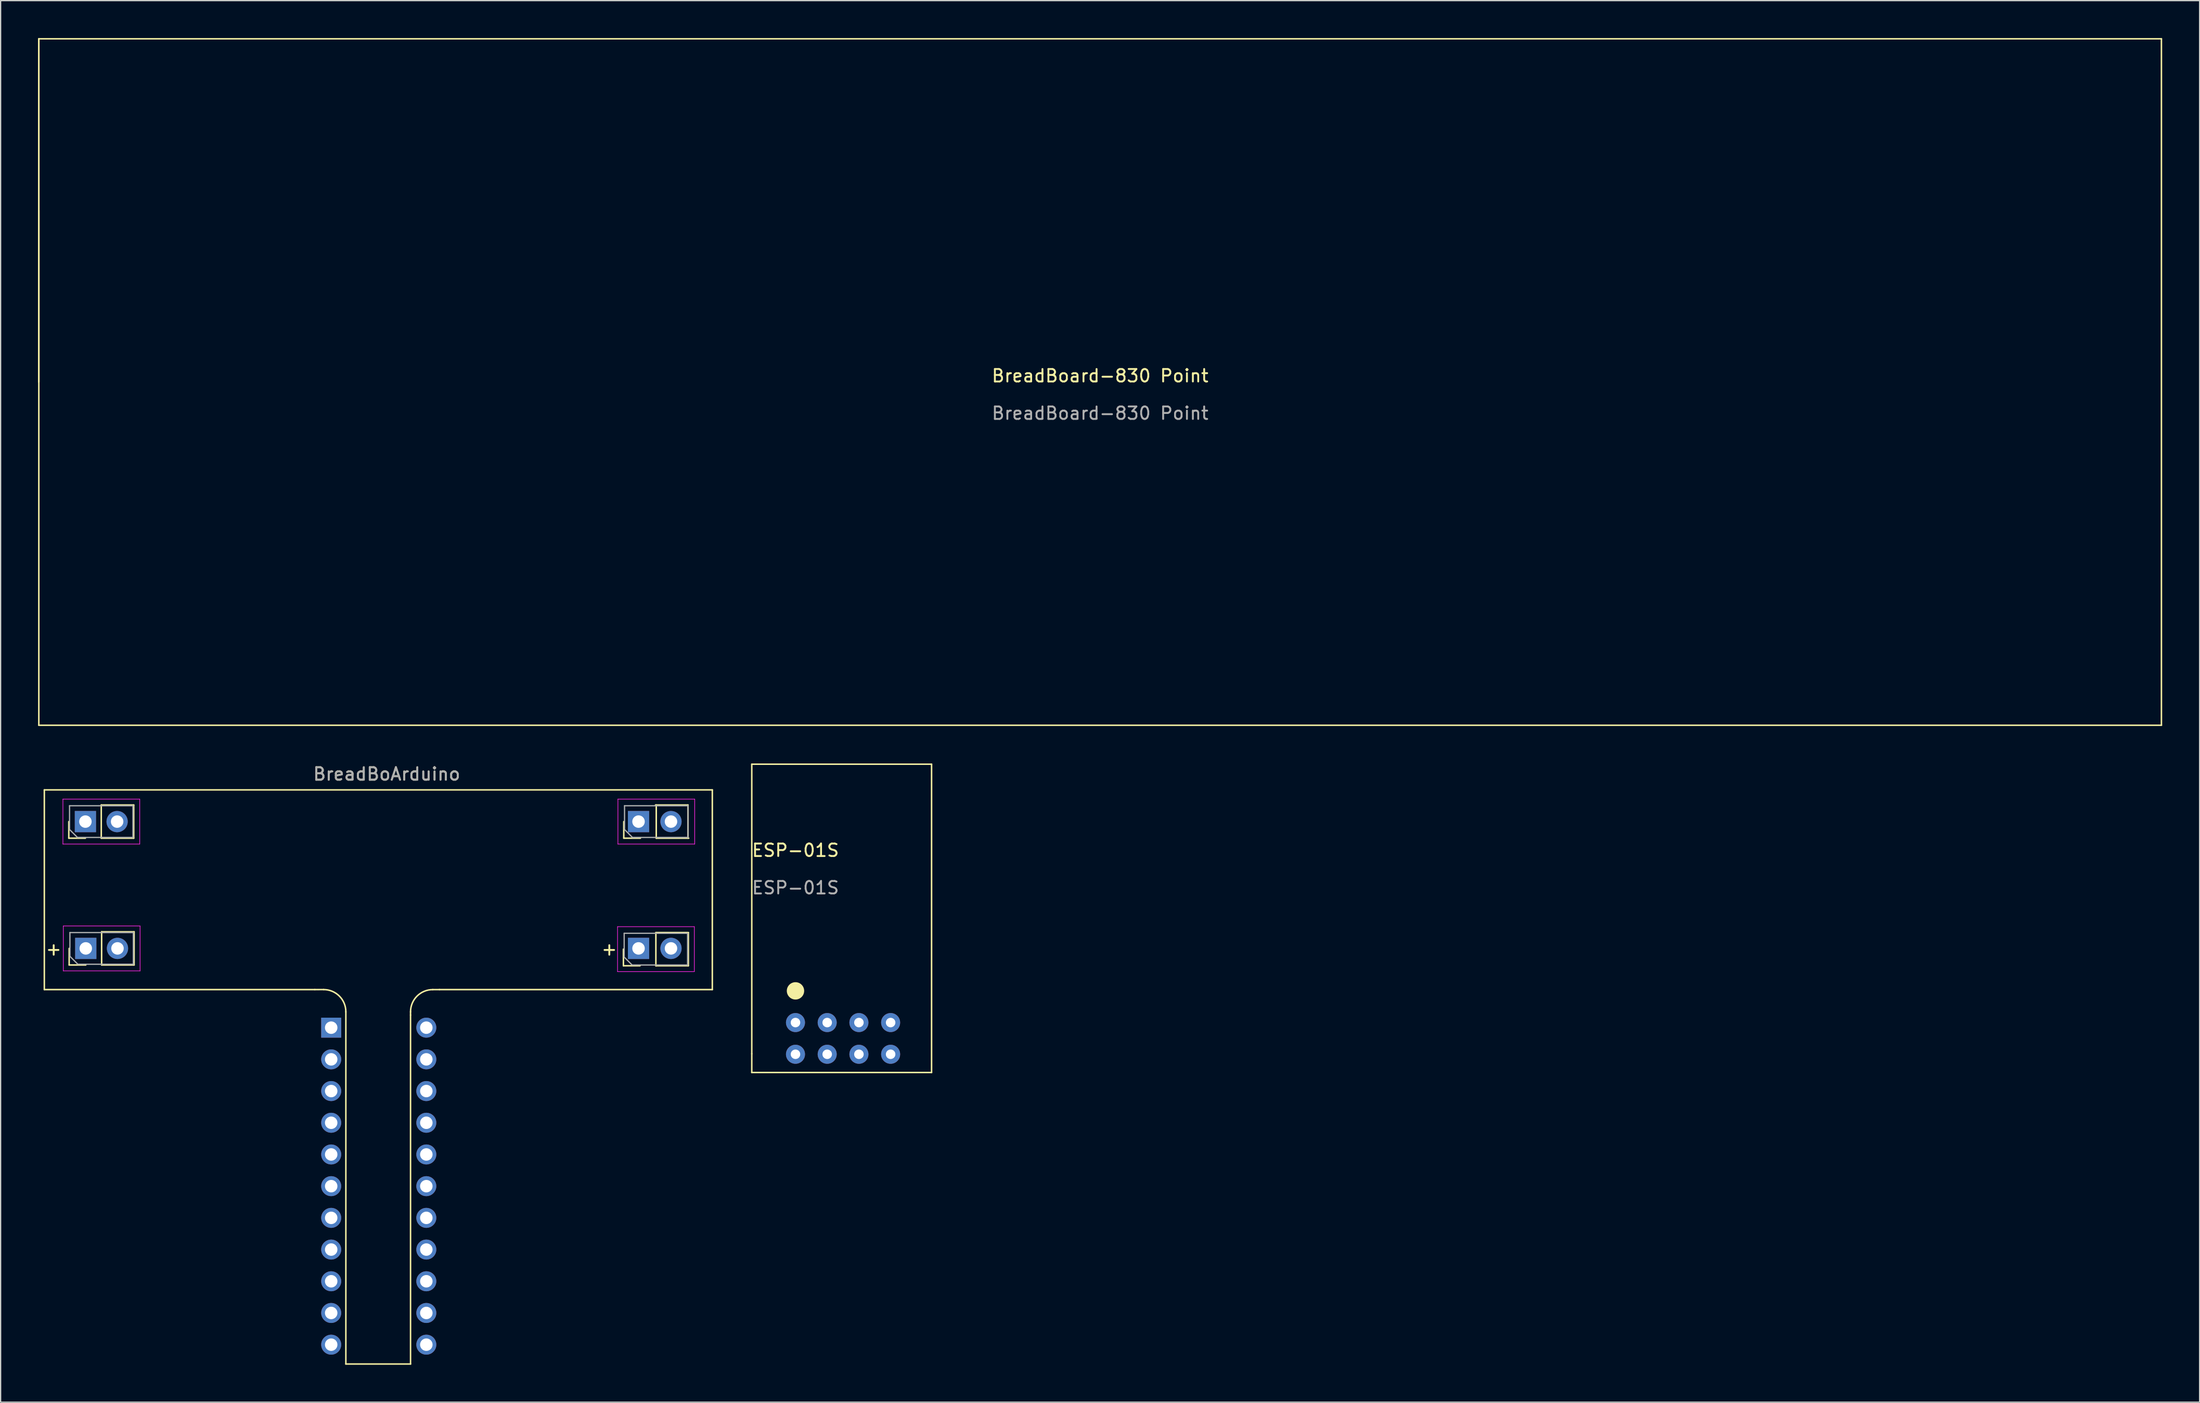
<source format=kicad_pcb>
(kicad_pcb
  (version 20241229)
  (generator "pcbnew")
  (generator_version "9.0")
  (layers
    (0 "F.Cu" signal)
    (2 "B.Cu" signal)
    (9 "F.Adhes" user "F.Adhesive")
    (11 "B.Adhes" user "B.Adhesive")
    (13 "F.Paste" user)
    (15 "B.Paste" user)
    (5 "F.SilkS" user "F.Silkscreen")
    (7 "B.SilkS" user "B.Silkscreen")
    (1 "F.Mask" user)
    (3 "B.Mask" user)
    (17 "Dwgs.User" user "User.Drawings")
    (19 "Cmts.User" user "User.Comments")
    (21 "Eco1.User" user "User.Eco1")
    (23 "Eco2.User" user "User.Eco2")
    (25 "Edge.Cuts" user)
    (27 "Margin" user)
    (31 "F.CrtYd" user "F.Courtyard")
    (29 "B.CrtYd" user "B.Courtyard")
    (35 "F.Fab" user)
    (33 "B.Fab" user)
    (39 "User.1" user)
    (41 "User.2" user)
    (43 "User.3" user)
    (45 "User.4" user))
  (footprint "BreadBoard-830 Point"
    (layer "F.Cu")
    (at 85.06 27.56)
    (property "Reference" "BreadBoard-830 Point" (at 0 -0.5 0) (unlocked yes) (layer "F.SilkS") (effects (font (size 1 1) (thickness 0.15))))
    (attr exclude_from_bom)
    (fp_line (start -85 -27.5) (end 85 -27.5) (stroke (width 0.12) (type solid)) (layer "F.SilkS"))
    (fp_line (start -85 0) (end -85 -27.5) (stroke (width 0.12) (type solid)) (layer "F.SilkS"))
    (fp_line (start -85 0) (end -85 -13.75) (stroke (width 0.12) (type solid)) (layer "F.SilkS"))
    (fp_line (start -85 27.5) (end -85 -27.5) (stroke (width 0.12) (type solid)) (layer "F.SilkS"))
    (fp_line (start 85 -27.5) (end 85 27.5) (stroke (width 0.12) (type solid)) (layer "F.SilkS"))
    (fp_line (start 85 27.5) (end -85 27.5) (stroke (width 0.12) (type solid)) (layer "F.SilkS"))
    (fp_text user "${REFERENCE}" (at 0 2.5 0) (unlocked yes) (layer "F.Fab") (effects (font (size 1 1) (thickness 0.15)))))
  (footprint "BreadBoArduino"
    (layer "F.Cu")
    (at 0.25 60.238)
    (property "Reference" "BreadBoArduino" (at 27.67 -1.27 0) (unlocked yes) (layer "F.SilkS") (effects (font (size 1 1) (thickness 0.15))))
    (attr through_hole)
    (fp_line (start 0.25 0) (end 0.25 16) (stroke (width 0.12) (type solid)) (layer "F.SilkS"))
    (fp_line (start 0.25 0) (end 53.75 0) (stroke (width 0.12) (type solid)) (layer "F.SilkS"))
    (fp_line (start 0.25 16) (end 21.915 16) (stroke (width 0.12) (type solid)) (layer "F.SilkS"))
    (fp_line (start 2.21 3.87) (end 2.21 2.54) (stroke (width 0.12) (type solid)) (layer "F.SilkS"))
    (fp_line (start 2.24 14.03) (end 2.24 12.7) (stroke (width 0.12) (type solid)) (layer "F.SilkS"))
    (fp_line (start 3.54 3.87) (end 2.21 3.87) (stroke (width 0.12) (type solid)) (layer "F.SilkS"))
    (fp_line (start 3.57 14.03) (end 2.24 14.03) (stroke (width 0.12) (type solid)) (layer "F.SilkS"))
    (fp_line (start 4.81 1.21) (end 7.41 1.21) (stroke (width 0.12) (type solid)) (layer "F.SilkS"))
    (fp_line (start 4.81 3.87) (end 4.81 1.21) (stroke (width 0.12) (type solid)) (layer "F.SilkS"))
    (fp_line (start 4.81 3.87) (end 7.41 3.87) (stroke (width 0.12) (type solid)) (layer "F.SilkS"))
    (fp_line (start 4.84 11.37) (end 7.44 11.37) (stroke (width 0.12) (type solid)) (layer "F.SilkS"))
    (fp_line (start 4.84 14.03) (end 4.84 11.37) (stroke (width 0.12) (type solid)) (layer "F.SilkS"))
    (fp_line (start 4.84 14.03) (end 7.44 14.03) (stroke (width 0.12) (type solid)) (layer "F.SilkS"))
    (fp_line (start 7.41 3.87) (end 7.41 1.21) (stroke (width 0.12) (type solid)) (layer "F.SilkS"))
    (fp_line (start 7.44 14.03) (end 7.44 11.37) (stroke (width 0.12) (type solid)) (layer "F.SilkS"))
    (fp_line (start 22.621 15.999) (end 21.915 16) (stroke (width 0.12) (type solid)) (layer "F.SilkS"))
    (fp_line (start 24.4 46) (end 24.4 17.78) (stroke (width 0.12) (type solid)) (layer "F.SilkS"))
    (fp_line (start 24.4 46) (end 29.58 46) (stroke (width 0.12) (type solid)) (layer "F.SilkS"))
    (fp_line (start 29.58 18.041) (end 29.58 17.78) (stroke (width 0.12) (type solid)) (layer "F.SilkS"))
    (fp_line (start 29.58 46) (end 29.58 18.041) (stroke (width 0.12) (type solid)) (layer "F.SilkS"))
    (fp_line (start 31.361 16.001) (end 31.9 16) (stroke (width 0.12) (type solid)) (layer "F.SilkS"))
    (fp_line (start 31.9 16) (end 53.75 16) (stroke (width 0.12) (type solid)) (layer "F.SilkS"))
    (fp_line (start 46.63 14.09) (end 46.63 12.76) (stroke (width 0.12) (type solid)) (layer "F.SilkS"))
    (fp_line (start 46.66 3.87) (end 46.66 2.54) (stroke (width 0.12) (type solid)) (layer "F.SilkS"))
    (fp_line (start 47.96 14.09) (end 46.63 14.09) (stroke (width 0.12) (type solid)) (layer "F.SilkS"))
    (fp_line (start 47.99 3.87) (end 46.66 3.87) (stroke (width 0.12) (type solid)) (layer "F.SilkS"))
    (fp_line (start 49.2 1.21) (end 51.8 1.21) (stroke (width 0.12) (type solid)) (layer "F.SilkS"))
    (fp_line (start 49.23 11.43) (end 51.83 11.43) (stroke (width 0.12) (type solid)) (layer "F.SilkS"))
    (fp_line (start 49.23 14.09) (end 49.23 11.43) (stroke (width 0.12) (type solid)) (layer "F.SilkS"))
    (fp_line (start 49.23 14.09) (end 51.83 14.09) (stroke (width 0.12) (type solid)) (layer "F.SilkS"))
    (fp_line (start 49.26 3.87) (end 49.26 1.21) (stroke (width 0.12) (type solid)) (layer "F.SilkS"))
    (fp_line (start 49.26 3.87) (end 51.86 3.87) (stroke (width 0.12) (type solid)) (layer "F.SilkS"))
    (fp_line (start 51.8 3.87) (end 51.8 1.21) (stroke (width 0.12) (type solid)) (layer "F.SilkS"))
    (fp_line (start 51.83 14.09) (end 51.83 11.43) (stroke (width 0.12) (type solid)) (layer "F.SilkS"))
    (fp_line (start 53.75 16) (end 53.75 0) (stroke (width 0.12) (type solid)) (layer "F.SilkS"))
    (fp_arc (start 22.621 15.998809) (mid 23.879425 16.520934) (end 24.4 17.78) (stroke (width 0.12) (type solid)) (layer "F.SilkS"))
    (fp_arc (start 29.58 17.78) (mid 30.102125 16.521575) (end 31.361191 16.001) (stroke (width 0.12) (type solid)) (layer "F.SilkS"))
    (fp_line (start 1.74 0.74) (end 1.74 4.34) (stroke (width 0.05) (type solid)) (layer "F.CrtYd"))
    (fp_line (start 1.74 4.34) (end 7.89 4.34) (stroke (width 0.05) (type solid)) (layer "F.CrtYd"))
    (fp_line (start 1.77 10.9) (end 1.77 14.5) (stroke (width 0.05) (type solid)) (layer "F.CrtYd"))
    (fp_line (start 1.77 14.5) (end 7.92 14.5) (stroke (width 0.05) (type solid)) (layer "F.CrtYd"))
    (fp_line (start 7.89 0.74) (end 1.74 0.74) (stroke (width 0.05) (type solid)) (layer "F.CrtYd"))
    (fp_line (start 7.89 4.34) (end 7.89 0.74) (stroke (width 0.05) (type solid)) (layer "F.CrtYd"))
    (fp_line (start 7.92 10.9) (end 1.77 10.9) (stroke (width 0.05) (type solid)) (layer "F.CrtYd"))
    (fp_line (start 7.92 14.5) (end 7.92 10.9) (stroke (width 0.05) (type solid)) (layer "F.CrtYd"))
    (fp_line (start 46.16 10.96) (end 46.16 14.56) (stroke (width 0.05) (type solid)) (layer "F.CrtYd"))
    (fp_line (start 46.16 14.56) (end 52.31 14.56) (stroke (width 0.05) (type solid)) (layer "F.CrtYd"))
    (fp_line (start 46.19 0.74) (end 46.19 4.34) (stroke (width 0.05) (type solid)) (layer "F.CrtYd"))
    (fp_line (start 46.19 4.34) (end 52.34 4.34) (stroke (width 0.05) (type solid)) (layer "F.CrtYd"))
    (fp_line (start 52.31 10.96) (end 46.16 10.96) (stroke (width 0.05) (type solid)) (layer "F.CrtYd"))
    (fp_line (start 52.31 14.56) (end 52.31 10.96) (stroke (width 0.05) (type solid)) (layer "F.CrtYd"))
    (fp_line (start 52.34 0.74) (end 46.19 0.74) (stroke (width 0.05) (type solid)) (layer "F.CrtYd"))
    (fp_line (start 52.34 4.34) (end 52.34 0.74) (stroke (width 0.05) (type solid)) (layer "F.CrtYd"))
    (fp_line (start 2.27 1.27) (end 7.35 1.27) (stroke (width 0.1) (type solid)) (layer "F.Fab"))
    (fp_line (start 2.27 3.175) (end 2.27 1.27) (stroke (width 0.1) (type solid)) (layer "F.Fab"))
    (fp_line (start 2.3 11.43) (end 7.38 11.43) (stroke (width 0.1) (type solid)) (layer "F.Fab"))
    (fp_line (start 2.3 13.335) (end 2.3 11.43) (stroke (width 0.1) (type solid)) (layer "F.Fab"))
    (fp_line (start 2.905 3.81) (end 2.27 3.175) (stroke (width 0.1) (type solid)) (layer "F.Fab"))
    (fp_line (start 2.935 13.97) (end 2.3 13.335) (stroke (width 0.1) (type solid)) (layer "F.Fab"))
    (fp_line (start 7.35 1.27) (end 7.35 3.81) (stroke (width 0.1) (type solid)) (layer "F.Fab"))
    (fp_line (start 7.35 3.81) (end 2.905 3.81) (stroke (width 0.1) (type solid)) (layer "F.Fab"))
    (fp_line (start 7.38 11.43) (end 7.38 13.97) (stroke (width 0.1) (type solid)) (layer "F.Fab"))
    (fp_line (start 7.38 13.97) (end 2.935 13.97) (stroke (width 0.1) (type solid)) (layer "F.Fab"))
    (fp_line (start 46.69 11.49) (end 51.77 11.49) (stroke (width 0.1) (type solid)) (layer "F.Fab"))
    (fp_line (start 46.69 13.395) (end 46.69 11.49) (stroke (width 0.1) (type solid)) (layer "F.Fab"))
    (fp_line (start 46.72 1.27) (end 51.8 1.27) (stroke (width 0.1) (type solid)) (layer "F.Fab"))
    (fp_line (start 46.72 3.175) (end 46.72 1.27) (stroke (width 0.1) (type solid)) (layer "F.Fab"))
    (fp_line (start 47.325 14.03) (end 46.69 13.395) (stroke (width 0.1) (type solid)) (layer "F.Fab"))
    (fp_line (start 47.355 3.81) (end 46.72 3.175) (stroke (width 0.1) (type solid)) (layer "F.Fab"))
    (fp_line (start 51.77 11.49) (end 51.77 14.03) (stroke (width 0.1) (type solid)) (layer "F.Fab"))
    (fp_line (start 51.77 14.03) (end 47.325 14.03) (stroke (width 0.1) (type solid)) (layer "F.Fab"))
    (fp_line (start 51.8 1.27) (end 51.8 3.81) (stroke (width 0.1) (type solid)) (layer "F.Fab"))
    (fp_line (start 51.8 3.81) (end 47.355 3.81) (stroke (width 0.1) (type solid)) (layer "F.Fab"))
    (fp_text user "+" (at 1 12.75 0) (unlocked yes) (layer "F.SilkS") (effects (font (size 1 1) (thickness 0.15))))
    (fp_text user "+" (at 45.5 12.75 0) (unlocked yes) (layer "F.SilkS") (effects (font (size 1 1) (thickness 0.15))))
    (fp_text user "${REFERENCE}" (at 27.67 -1.27 0) (unlocked yes) (layer "F.Fab") (effects (font (size 1 1) (thickness 0.15))))
    (pad "1" thru_hole rect (at 3.54 2.54 90) (size 1.7 1.7) (drill 1) (layers "*.Cu" "*.Mask"))
    (pad "2" thru_hole oval (at 6.08 2.54 90) (size 1.7 1.7) (drill 1) (layers "*.Cu" "*.Mask"))
    (pad "3" thru_hole rect (at 3.57 12.7 90) (size 1.7 1.7) (drill 1) (layers "*.Cu" "*.Mask"))
    (pad "4" thru_hole oval (at 6.11 12.7 90) (size 1.7 1.7) (drill 1) (layers "*.Cu" "*.Mask"))
    (pad "5" thru_hole rect (at 47.84 2.54 90) (size 1.7 1.7) (drill 1) (layers "*.Cu" "*.Mask"))
    (pad "6" thru_hole oval (at 50.44 2.54 90) (size 1.7 1.7) (drill 1) (layers "*.Cu" "*.Mask"))
    (pad "7" thru_hole rect (at 47.84 12.7 90) (size 1.7 1.7) (drill 1) (layers "*.Cu" "*.Mask"))
    (pad "8" thru_hole oval (at 50.44 12.7 90) (size 1.7 1.7) (drill 1) (layers "*.Cu" "*.Mask"))
    (pad "9" thru_hole rect (at 23.225 19.05) (size 1.6 1.6) (drill 1) (layers "*.Cu" "*.Mask"))
    (pad "10" thru_hole oval (at 23.225 21.59) (size 1.6 1.6) (drill 1) (layers "*.Cu" "*.Mask"))
    (pad "11" thru_hole oval (at 23.225 24.13) (size 1.6 1.6) (drill 1) (layers "*.Cu" "*.Mask"))
    (pad "12" thru_hole oval (at 23.225 26.67) (size 1.6 1.6) (drill 1) (layers "*.Cu" "*.Mask"))
    (pad "13" thru_hole oval (at 23.225 29.21) (size 1.6 1.6) (drill 1) (layers "*.Cu" "*.Mask"))
    (pad "14" thru_hole oval (at 23.225 31.75) (size 1.6 1.6) (drill 1) (layers "*.Cu" "*.Mask"))
    (pad "15" thru_hole oval (at 23.225 34.29) (size 1.6 1.6) (drill 1) (layers "*.Cu" "*.Mask"))
    (pad "16" thru_hole oval (at 23.225 36.83) (size 1.6 1.6) (drill 1) (layers "*.Cu" "*.Mask"))
    (pad "17" thru_hole oval (at 23.225 39.37) (size 1.6 1.6) (drill 1) (layers "*.Cu" "*.Mask"))
    (pad "18" thru_hole oval (at 23.225 41.91) (size 1.6 1.6) (drill 1) (layers "*.Cu" "*.Mask"))
    (pad "19" thru_hole oval (at 23.225 44.45) (size 1.6 1.6) (drill 1) (layers "*.Cu" "*.Mask"))
    (pad "20" thru_hole oval (at 30.845 44.45) (size 1.6 1.6) (drill 1) (layers "*.Cu" "*.Mask"))
    (pad "21" thru_hole oval (at 30.845 41.91) (size 1.6 1.6) (drill 1) (layers "*.Cu" "*.Mask"))
    (pad "22" thru_hole oval (at 30.845 39.37) (size 1.6 1.6) (drill 1) (layers "*.Cu" "*.Mask"))
    (pad "23" thru_hole oval (at 30.845 36.83) (size 1.6 1.6) (drill 1) (layers "*.Cu" "*.Mask"))
    (pad "24" thru_hole oval (at 30.845 34.29) (size 1.6 1.6) (drill 1) (layers "*.Cu" "*.Mask"))
    (pad "25" thru_hole oval (at 30.845 31.75) (size 1.6 1.6) (drill 1) (layers "*.Cu" "*.Mask"))
    (pad "26" thru_hole oval (at 30.845 29.21) (size 1.6 1.6) (drill 1) (layers "*.Cu" "*.Mask"))
    (pad "27" thru_hole oval (at 30.845 26.67) (size 1.6 1.6) (drill 1) (layers "*.Cu" "*.Mask"))
    (pad "28" thru_hole oval (at 30.845 24.13) (size 1.6 1.6) (drill 1) (layers "*.Cu" "*.Mask"))
    (pad "29" thru_hole oval (at 30.845 21.59) (size 1.6 1.6) (drill 1) (layers "*.Cu" "*.Mask"))
    (pad "30" thru_hole oval (at 30.845 19.05) (size 1.6 1.6) (drill 1) (layers "*.Cu" "*.Mask")))
  (footprint "ESP-01S"
    (layer "F.Cu")
    (at 60.661 78.88)
    (property "Reference" "ESP-01S" (at 0 -13.8 0) (unlocked yes) (layer "F.SilkS") (effects (font (size 1 1) (thickness 0.15))))
    (attr through_hole)
    (fp_line (start -3.5 -20.7) (end -3.5 2.5) (stroke (width 0.12) (type default)) (layer "F.SilkS"))
    (fp_line (start -3.5 2.5) (end -3.5 4) (stroke (width 0.12) (type default)) (layer "F.SilkS"))
    (fp_line (start -3.5 4) (end 10.9 4) (stroke (width 0.12) (type default)) (layer "F.SilkS"))
    (fp_line (start 10.9 -20.7) (end -3.5 -20.7) (stroke (width 0.12) (type default)) (layer "F.SilkS"))
    (fp_line (start 10.9 4) (end 10.9 -20.7) (stroke (width 0.12) (type default)) (layer "F.SilkS"))
    (fp_circle (center 0 -2.54) (end 0.635 -2.54) (stroke (width 0.12) (type solid)) (fill yes) (layer "F.SilkS"))
    (fp_text user "${REFERENCE}" (at 0 -10.8 0) (unlocked yes) (layer "F.Fab") (effects (font (size 1 1) (thickness 0.15))))
    (pad "1" thru_hole circle (at 0 0) (size 1.524 1.524) (drill 0.762) (layers "*.Cu" "*.Mask"))
    (pad "2" thru_hole circle (at 0 2.54) (size 1.524 1.524) (drill 0.762) (layers "*.Cu" "*.Mask"))
    (pad "3" thru_hole circle (at 2.54 0) (size 1.524 1.524) (drill 0.762) (layers "*.Cu" "*.Mask"))
    (pad "4" thru_hole circle (at 2.54 2.54) (size 1.524 1.524) (drill 0.762) (layers "*.Cu" "*.Mask"))
    (pad "5" thru_hole circle (at 5.08 0) (size 1.524 1.524) (drill 0.762) (layers "*.Cu" "*.Mask"))
    (pad "6" thru_hole circle (at 5.08 2.54) (size 1.524 1.524) (drill 0.762) (layers "*.Cu" "*.Mask"))
    (pad "7" thru_hole circle (at 7.62 0) (size 1.524 1.524) (drill 0.762) (layers "*.Cu" "*.Mask"))
    (pad "8" thru_hole circle (at 7.62 2.54) (size 1.524 1.524) (drill 0.762) (layers "*.Cu" "*.Mask")))
  (gr_rect
    (start -3 -3)
    (end 173.12 109.298)
    (stroke (width 0.1) (type default))
    (fill no)
    (layer "Edge.Cuts")))
</source>
